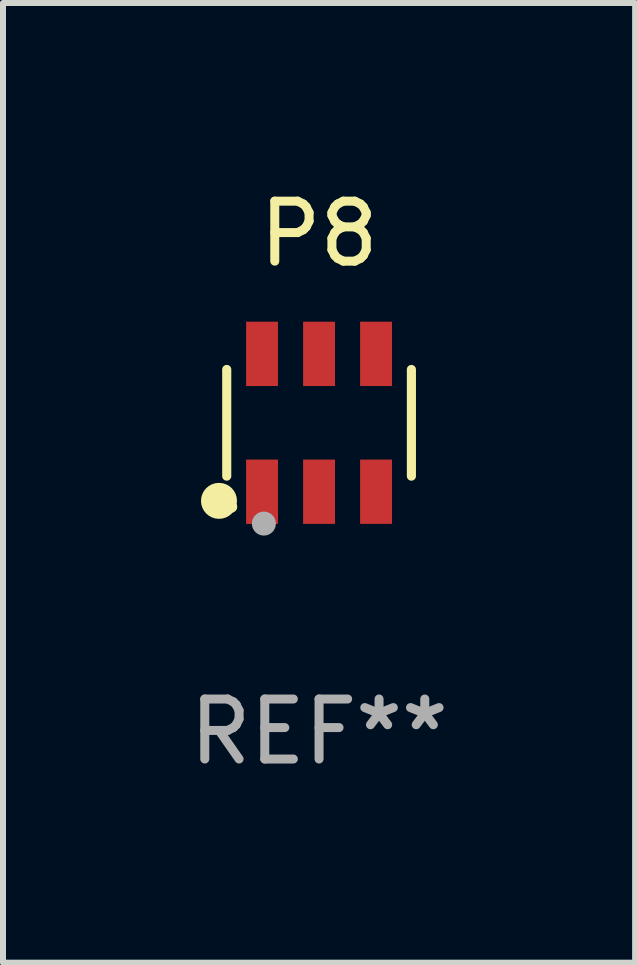
<source format=kicad_pcb>
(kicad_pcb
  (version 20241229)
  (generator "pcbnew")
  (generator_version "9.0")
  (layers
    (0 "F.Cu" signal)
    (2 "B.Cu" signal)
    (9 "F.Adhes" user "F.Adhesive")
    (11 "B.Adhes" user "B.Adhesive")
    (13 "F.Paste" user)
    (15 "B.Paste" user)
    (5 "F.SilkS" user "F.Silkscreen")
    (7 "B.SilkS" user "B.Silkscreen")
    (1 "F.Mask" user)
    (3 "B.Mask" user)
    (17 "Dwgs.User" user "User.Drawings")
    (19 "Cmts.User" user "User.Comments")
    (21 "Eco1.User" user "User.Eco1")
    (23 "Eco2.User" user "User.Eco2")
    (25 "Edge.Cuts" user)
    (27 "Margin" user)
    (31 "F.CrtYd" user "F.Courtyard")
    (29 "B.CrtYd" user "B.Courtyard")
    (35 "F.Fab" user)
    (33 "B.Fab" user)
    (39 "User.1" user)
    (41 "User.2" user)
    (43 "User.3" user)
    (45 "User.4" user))
  (footprint "P8"
    (layer "F.Cu")
    (at 2.268 3.997)
    (property "Reference" "P8" (at 0 -3.149 0) (layer "F.SilkS") (effects (font (size 1 1) (thickness 0.15))))
    (attr through_hole)
    (fp_line (start -1.539 0.889) (end -1.539 -0.889) (stroke (width 0.152) (type solid)) (layer "F.SilkS"))
    (fp_line (start 1.539 0.889) (end 1.539 -0.889) (stroke (width 0.152) (type solid)) (layer "F.SilkS"))
    (fp_circle (center -1.668 1.301) (end -1.518 1.301) (stroke (width 0.3) (type solid)) (fill no) (layer "F.SilkS"))
    (fp_circle (center -1.463 1.4) (end -1.413 1.4) (stroke (width 0.1) (type solid)) (fill no) (layer "F.SilkS"))
    (fp_circle (center -0.92 1.68) (end -0.82 1.68) (stroke (width 0.2) (type solid)) (fill no) (layer "F.Fab"))
    (fp_text user "REF**" (at 0 5.149 0) (layer "F.Fab") (effects (font (size 1 1) (thickness 0.15))))
    (pad "1" smd rect (at -0.95 1.149) (size 0.532 1.072) (layers "F.Cu" "F.Mask" "F.Paste"))
    (pad "2" smd rect (at 0 1.149) (size 0.532 1.072) (layers "F.Cu" "F.Mask" "F.Paste"))
    (pad "3" smd rect (at 0.95 1.149) (size 0.532 1.072) (layers "F.Cu" "F.Mask" "F.Paste"))
    (pad "4" smd rect (at 0.95 -1.149) (size 0.532 1.072) (layers "F.Cu" "F.Mask" "F.Paste"))
    (pad "5" smd rect (at 0 -1.149) (size 0.532 1.072) (layers "F.Cu" "F.Mask" "F.Paste"))
    (pad "6" smd rect (at -0.95 -1.149) (size 0.532 1.072) (layers "F.Cu" "F.Mask" "F.Paste")))
  (gr_rect
    (start -3 -3)
    (end 7.536 12.995)
    (stroke (width 0.1) (type default))
    (fill no)
    (layer "Edge.Cuts")))
</source>
